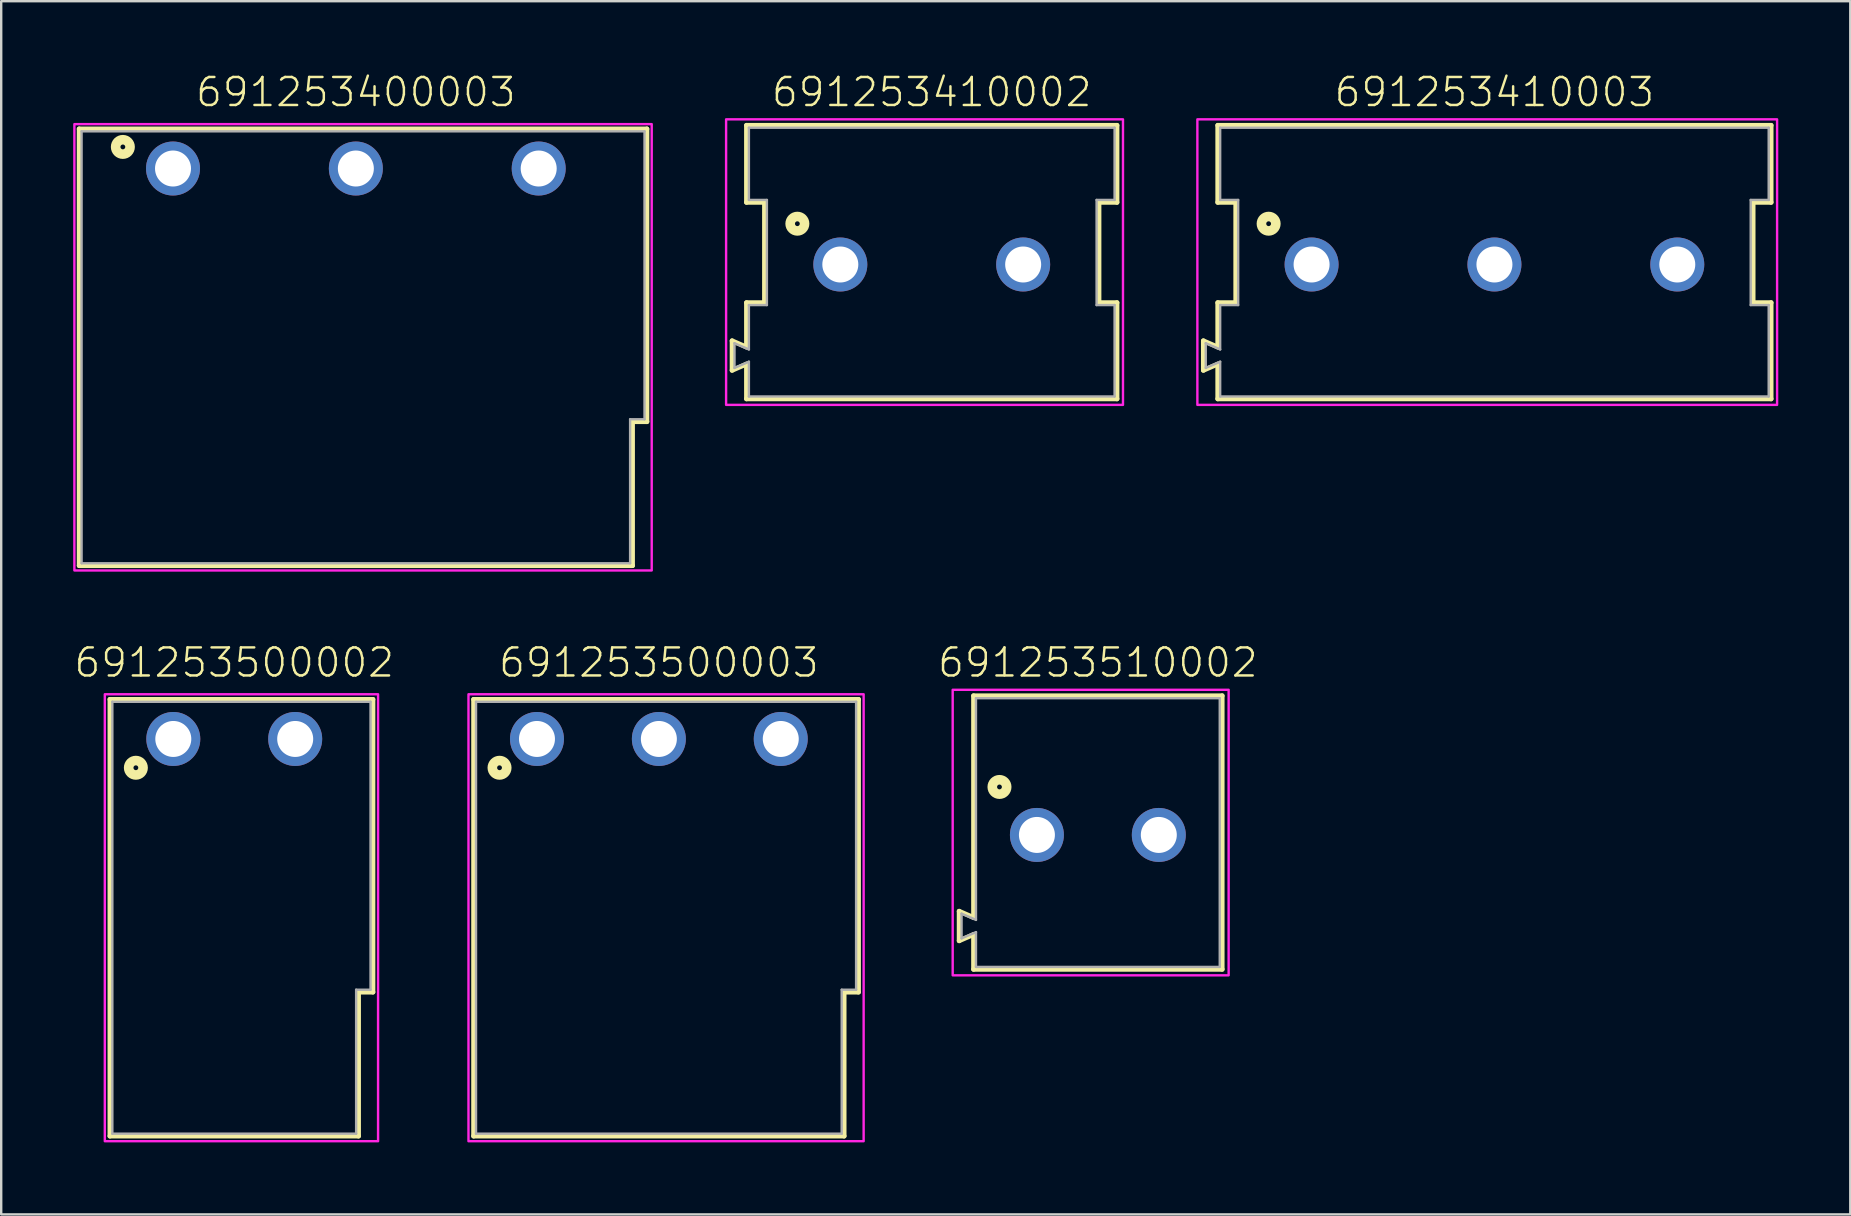
<source format=kicad_pcb>
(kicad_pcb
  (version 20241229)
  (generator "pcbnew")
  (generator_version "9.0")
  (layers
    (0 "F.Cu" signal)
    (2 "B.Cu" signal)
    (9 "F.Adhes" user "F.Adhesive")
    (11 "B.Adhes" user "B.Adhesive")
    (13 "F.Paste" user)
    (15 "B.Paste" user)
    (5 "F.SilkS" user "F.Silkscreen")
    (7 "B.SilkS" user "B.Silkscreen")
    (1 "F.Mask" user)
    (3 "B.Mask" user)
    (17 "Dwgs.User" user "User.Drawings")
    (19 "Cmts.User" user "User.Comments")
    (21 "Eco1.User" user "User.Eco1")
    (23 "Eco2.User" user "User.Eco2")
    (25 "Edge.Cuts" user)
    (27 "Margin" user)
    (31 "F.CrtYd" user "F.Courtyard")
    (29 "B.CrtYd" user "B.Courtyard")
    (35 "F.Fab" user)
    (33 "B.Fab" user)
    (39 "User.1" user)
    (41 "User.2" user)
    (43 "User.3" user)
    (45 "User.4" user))
  (footprint "691253500002"
    (layer "F.Cu")
    (at 6.712 27.746)
    (property "Reference" "691253500002" (at 0 -2.5 0) (unlocked yes) (layer "F.SilkS") (effects (font (size 1.168 1.168) (thickness 0.102)) (justify bottom)))
    (fp_line (start -5.18 -1.65) (end 5.78 -1.65) (stroke (width 0.2) (type solid)) (layer "F.SilkS"))
    (fp_line (start -5.18 16.55) (end -5.18 -1.65) (stroke (width 0.2) (type solid)) (layer "F.SilkS"))
    (fp_line (start 5.18 10.55) (end 5.18 16.55) (stroke (width 0.2) (type solid)) (layer "F.SilkS"))
    (fp_line (start 5.18 16.55) (end -5.18 16.55) (stroke (width 0.2) (type solid)) (layer "F.SilkS"))
    (fp_line (start 5.78 -1.65) (end 5.78 10.55) (stroke (width 0.2) (type solid)) (layer "F.SilkS"))
    (fp_line (start 5.78 10.55) (end 5.18 10.55) (stroke (width 0.2) (type solid)) (layer "F.SilkS"))
    (fp_circle (center -4.1 1.2) (end -4 1.2) (stroke (width 0.4) (type solid)) (fill no) (layer "F.SilkS"))
    (fp_poly (pts (xy 5.994 16.764) (xy -5.394 16.764) (xy -5.394 -1.863) (xy 5.994 -1.863)) (stroke (width 0.1) (type default)) (fill no) (layer "F.CrtYd"))
    (fp_line (start -5.08 16.45) (end -5.08 -1.55) (stroke (width 0.1) (type solid)) (layer "F.Fab"))
    (fp_line (start 5.08 10.45) (end 5.68 10.45) (stroke (width 0.1) (type solid)) (layer "F.Fab"))
    (fp_line (start 5.08 16.45) (end -5.08 16.45) (stroke (width 0.1) (type solid)) (layer "F.Fab"))
    (fp_line (start 5.08 16.45) (end 5.08 10.45) (stroke (width 0.1) (type solid)) (layer "F.Fab"))
    (fp_line (start 5.68 -1.55) (end -5.08 -1.55) (stroke (width 0.1) (type solid)) (layer "F.Fab"))
    (fp_line (start 5.68 10.45) (end 5.68 -1.55) (stroke (width 0.1) (type solid)) (layer "F.Fab"))
    (pad "1" thru_hole circle (at -2.54 0 180) (size 2.25 2.25) (drill 1.5) (layers "*.Cu" "*.Mask"))
    (pad "2" thru_hole circle (at 2.54 0 180) (size 2.25 2.25) (drill 1.5) (layers "*.Cu" "*.Mask")))
  (footprint "691253410002"
    (layer "F.Cu")
    (at 35.78 7.973)
    (property "Reference" "691253410002" (at 0 -6.5 0) (unlocked yes) (layer "F.SilkS") (effects (font (size 1.168 1.168) (thickness 0.102)) (justify bottom)))
    (fp_line (start -8.32 3.18) (end -7.72 3.44) (stroke (width 0.2) (type solid)) (layer "F.SilkS"))
    (fp_line (start -8.32 4.41) (end -8.32 3.18) (stroke (width 0.2) (type solid)) (layer "F.SilkS"))
    (fp_line (start -7.72 -5.8) (end 7.72 -5.8) (stroke (width 0.2) (type solid)) (layer "F.SilkS"))
    (fp_line (start -7.72 -2.59) (end -7.72 -5.8) (stroke (width 0.2) (type solid)) (layer "F.SilkS"))
    (fp_line (start -7.72 1.59) (end -6.97 1.59) (stroke (width 0.2) (type solid)) (layer "F.SilkS"))
    (fp_line (start -7.72 3.44) (end -7.72 1.59) (stroke (width 0.2) (type solid)) (layer "F.SilkS"))
    (fp_line (start -7.72 4.15) (end -8.32 4.41) (stroke (width 0.2) (type solid)) (layer "F.SilkS"))
    (fp_line (start -7.72 5.6) (end -7.72 4.15) (stroke (width 0.2) (type solid)) (layer "F.SilkS"))
    (fp_line (start -6.97 -2.59) (end -7.72 -2.59) (stroke (width 0.2) (type solid)) (layer "F.SilkS"))
    (fp_line (start -6.97 1.59) (end -6.97 -2.59) (stroke (width 0.2) (type solid)) (layer "F.SilkS"))
    (fp_line (start 6.97 -2.59) (end 6.97 1.59) (stroke (width 0.2) (type solid)) (layer "F.SilkS"))
    (fp_line (start 6.97 1.59) (end 7.72 1.59) (stroke (width 0.2) (type solid)) (layer "F.SilkS"))
    (fp_line (start 7.72 -5.8) (end 7.72 -2.59) (stroke (width 0.2) (type solid)) (layer "F.SilkS"))
    (fp_line (start 7.72 -2.59) (end 6.97 -2.59) (stroke (width 0.2) (type solid)) (layer "F.SilkS"))
    (fp_line (start 7.72 1.59) (end 7.72 5.6) (stroke (width 0.2) (type solid)) (layer "F.SilkS"))
    (fp_line (start 7.72 5.6) (end -7.72 5.6) (stroke (width 0.2) (type solid)) (layer "F.SilkS"))
    (fp_circle (center -5.6 -1.7) (end -5.5 -1.7) (stroke (width 0.4) (type solid)) (fill no) (layer "F.SilkS"))
    (fp_poly (pts (xy 7.97 5.85) (xy -8.57 5.85) (xy -8.57 -6.05) (xy 7.97 -6.05)) (stroke (width 0.1) (type default)) (fill no) (layer "F.CrtYd"))
    (fp_line (start -8.22 3.28) (end -8.22 4.31) (stroke (width 0.1) (type solid)) (layer "F.Fab"))
    (fp_line (start -8.22 3.28) (end -7.62 3.54) (stroke (width 0.1) (type solid)) (layer "F.Fab"))
    (fp_line (start -8.22 4.31) (end -7.62 4.05) (stroke (width 0.1) (type solid)) (layer "F.Fab"))
    (fp_line (start -7.62 -5.7) (end -7.62 -2.69) (stroke (width 0.1) (type solid)) (layer "F.Fab"))
    (fp_line (start -7.62 -5.7) (end 7.62 -5.7) (stroke (width 0.1) (type solid)) (layer "F.Fab"))
    (fp_line (start -7.62 1.69) (end -7.62 3.54) (stroke (width 0.1) (type solid)) (layer "F.Fab"))
    (fp_line (start -7.62 1.69) (end -6.87 1.69) (stroke (width 0.1) (type solid)) (layer "F.Fab"))
    (fp_line (start -7.62 4.05) (end -7.62 5.5) (stroke (width 0.1) (type solid)) (layer "F.Fab"))
    (fp_line (start -7.62 5.5) (end 7.62 5.5) (stroke (width 0.1) (type solid)) (layer "F.Fab"))
    (fp_line (start -6.87 -2.69) (end -7.62 -2.69) (stroke (width 0.1) (type solid)) (layer "F.Fab"))
    (fp_line (start -6.87 1.69) (end -6.87 -2.69) (stroke (width 0.1) (type solid)) (layer "F.Fab"))
    (fp_line (start 6.87 -2.69) (end 6.87 1.69) (stroke (width 0.1) (type solid)) (layer "F.Fab"))
    (fp_line (start 6.87 1.69) (end 7.62 1.69) (stroke (width 0.1) (type solid)) (layer "F.Fab"))
    (fp_line (start 7.62 -5.7) (end 7.62 -2.69) (stroke (width 0.1) (type solid)) (layer "F.Fab"))
    (fp_line (start 7.62 -2.69) (end 6.87 -2.69) (stroke (width 0.1) (type solid)) (layer "F.Fab"))
    (fp_line (start 7.62 1.69) (end 7.62 5.5) (stroke (width 0.1) (type solid)) (layer "F.Fab"))
    (pad "1" thru_hole circle (at -3.81 0) (size 2.25 2.25) (drill 1.5) (layers "*.Cu" "*.Mask"))
    (pad "2" thru_hole circle (at 3.81 0) (size 2.25 2.25) (drill 1.5) (layers "*.Cu" "*.Mask")))
  (footprint "691253500003"
    (layer "F.Cu")
    (at 24.408 27.746)
    (property "Reference" "691253500003" (at 0 -2.5 0) (unlocked yes) (layer "F.SilkS") (effects (font (size 1.168 1.168) (thickness 0.102)) (justify bottom)))
    (fp_line (start -7.72 -1.65) (end 8.32 -1.65) (stroke (width 0.2) (type solid)) (layer "F.SilkS"))
    (fp_line (start -7.72 16.55) (end -7.72 -1.65) (stroke (width 0.2) (type solid)) (layer "F.SilkS"))
    (fp_line (start 7.72 10.55) (end 7.72 16.55) (stroke (width 0.2) (type solid)) (layer "F.SilkS"))
    (fp_line (start 7.72 16.55) (end -7.72 16.55) (stroke (width 0.2) (type solid)) (layer "F.SilkS"))
    (fp_line (start 8.32 -1.65) (end 8.32 10.55) (stroke (width 0.2) (type solid)) (layer "F.SilkS"))
    (fp_line (start 8.32 10.55) (end 7.72 10.55) (stroke (width 0.2) (type solid)) (layer "F.SilkS"))
    (fp_circle (center -6.64 1.2) (end -6.54 1.2) (stroke (width 0.4) (type solid)) (fill no) (layer "F.SilkS"))
    (fp_poly (pts (xy 8.534 16.764) (xy -7.934 16.764) (xy -7.934 -1.863) (xy 8.534 -1.863)) (stroke (width 0.1) (type default)) (fill no) (layer "F.CrtYd"))
    (fp_line (start -7.62 16.45) (end -7.62 -1.55) (stroke (width 0.1) (type solid)) (layer "F.Fab"))
    (fp_line (start 7.62 10.45) (end 8.22 10.45) (stroke (width 0.1) (type solid)) (layer "F.Fab"))
    (fp_line (start 7.62 16.45) (end -7.62 16.45) (stroke (width 0.1) (type solid)) (layer "F.Fab"))
    (fp_line (start 7.62 16.45) (end 7.62 10.45) (stroke (width 0.1) (type solid)) (layer "F.Fab"))
    (fp_line (start 8.22 -1.55) (end -7.62 -1.55) (stroke (width 0.1) (type solid)) (layer "F.Fab"))
    (fp_line (start 8.22 10.45) (end 8.22 -1.55) (stroke (width 0.1) (type solid)) (layer "F.Fab"))
    (pad "1" thru_hole circle (at -5.08 0 180) (size 2.25 2.25) (drill 1.5) (layers "*.Cu" "*.Mask"))
    (pad "2" thru_hole circle (at 0 0 180) (size 2.25 2.25) (drill 1.5) (layers "*.Cu" "*.Mask"))
    (pad "3" thru_hole circle (at 5.08 0 180) (size 2.25 2.25) (drill 1.5) (layers "*.Cu" "*.Mask")))
  (footprint "691253410003"
    (layer "F.Cu")
    (at 59.23 7.973)
    (property "Reference" "691253410003" (at 0 -6.5 0) (unlocked yes) (layer "F.SilkS") (effects (font (size 1.168 1.168) (thickness 0.102)) (justify bottom)))
    (fp_line (start -12.13 3.18) (end -11.53 3.44) (stroke (width 0.2) (type solid)) (layer "F.SilkS"))
    (fp_line (start -12.13 4.41) (end -12.13 3.18) (stroke (width 0.2) (type solid)) (layer "F.SilkS"))
    (fp_line (start -11.53 -5.8) (end 11.53 -5.8) (stroke (width 0.2) (type solid)) (layer "F.SilkS"))
    (fp_line (start -11.53 -2.59) (end -11.53 -5.8) (stroke (width 0.2) (type solid)) (layer "F.SilkS"))
    (fp_line (start -11.53 1.59) (end -10.78 1.59) (stroke (width 0.2) (type solid)) (layer "F.SilkS"))
    (fp_line (start -11.53 3.44) (end -11.53 1.59) (stroke (width 0.2) (type solid)) (layer "F.SilkS"))
    (fp_line (start -11.53 4.15) (end -12.13 4.41) (stroke (width 0.2) (type solid)) (layer "F.SilkS"))
    (fp_line (start -11.53 5.6) (end -11.53 4.15) (stroke (width 0.2) (type solid)) (layer "F.SilkS"))
    (fp_line (start -10.78 -2.59) (end -11.53 -2.59) (stroke (width 0.2) (type solid)) (layer "F.SilkS"))
    (fp_line (start -10.78 1.59) (end -10.78 -2.59) (stroke (width 0.2) (type solid)) (layer "F.SilkS"))
    (fp_line (start 10.78 -2.59) (end 10.78 1.59) (stroke (width 0.2) (type solid)) (layer "F.SilkS"))
    (fp_line (start 10.78 1.59) (end 11.53 1.59) (stroke (width 0.2) (type solid)) (layer "F.SilkS"))
    (fp_line (start 11.53 -5.8) (end 11.53 -2.59) (stroke (width 0.2) (type solid)) (layer "F.SilkS"))
    (fp_line (start 11.53 -2.59) (end 10.78 -2.59) (stroke (width 0.2) (type solid)) (layer "F.SilkS"))
    (fp_line (start 11.53 1.59) (end 11.53 5.6) (stroke (width 0.2) (type solid)) (layer "F.SilkS"))
    (fp_line (start 11.53 5.6) (end -11.53 5.6) (stroke (width 0.2) (type solid)) (layer "F.SilkS"))
    (fp_circle (center -9.41 -1.7) (end -9.31 -1.7) (stroke (width 0.4) (type solid)) (fill no) (layer "F.SilkS"))
    (fp_poly (pts (xy 11.78 5.85) (xy -12.38 5.85) (xy -12.38 -6.05) (xy 11.78 -6.05)) (stroke (width 0.1) (type default)) (fill no) (layer "F.CrtYd"))
    (fp_line (start -12.03 3.28) (end -12.03 4.31) (stroke (width 0.1) (type solid)) (layer "F.Fab"))
    (fp_line (start -12.03 3.28) (end -11.43 3.54) (stroke (width 0.1) (type solid)) (layer "F.Fab"))
    (fp_line (start -12.03 4.31) (end -11.43 4.05) (stroke (width 0.1) (type solid)) (layer "F.Fab"))
    (fp_line (start -11.43 -5.7) (end -11.43 -2.69) (stroke (width 0.1) (type solid)) (layer "F.Fab"))
    (fp_line (start -11.43 -5.7) (end 11.43 -5.7) (stroke (width 0.1) (type solid)) (layer "F.Fab"))
    (fp_line (start -11.43 1.69) (end -11.43 3.54) (stroke (width 0.1) (type solid)) (layer "F.Fab"))
    (fp_line (start -11.43 1.69) (end -10.68 1.69) (stroke (width 0.1) (type solid)) (layer "F.Fab"))
    (fp_line (start -11.43 4.05) (end -11.43 5.5) (stroke (width 0.1) (type solid)) (layer "F.Fab"))
    (fp_line (start -11.43 5.5) (end 11.43 5.5) (stroke (width 0.1) (type solid)) (layer "F.Fab"))
    (fp_line (start -10.68 -2.69) (end -11.43 -2.69) (stroke (width 0.1) (type solid)) (layer "F.Fab"))
    (fp_line (start -10.68 1.69) (end -10.68 -2.69) (stroke (width 0.1) (type solid)) (layer "F.Fab"))
    (fp_line (start 10.68 -2.69) (end 10.68 1.69) (stroke (width 0.1) (type solid)) (layer "F.Fab"))
    (fp_line (start 10.68 1.69) (end 11.43 1.69) (stroke (width 0.1) (type solid)) (layer "F.Fab"))
    (fp_line (start 11.43 -5.7) (end 11.43 -2.69) (stroke (width 0.1) (type solid)) (layer "F.Fab"))
    (fp_line (start 11.43 -2.69) (end 10.68 -2.69) (stroke (width 0.1) (type solid)) (layer "F.Fab"))
    (fp_line (start 11.43 1.69) (end 11.43 5.5) (stroke (width 0.1) (type solid)) (layer "F.Fab"))
    (pad "1" thru_hole circle (at -7.62 0) (size 2.25 2.25) (drill 1.5) (layers "*.Cu" "*.Mask"))
    (pad "2" thru_hole circle (at 0 0) (size 2.25 2.25) (drill 1.5) (layers "*.Cu" "*.Mask"))
    (pad "3" thru_hole circle (at 7.62 0) (size 2.25 2.25) (drill 1.5) (layers "*.Cu" "*.Mask")))
  (footprint "691253510002"
    (layer "F.Cu")
    (at 42.703 31.746)
    (property "Reference" "691253510002" (at 0 -6.5 0) (unlocked yes) (layer "F.SilkS") (effects (font (size 1.168 1.168) (thickness 0.102)) (justify bottom)))
    (fp_line (start -5.78 3.18) (end -5.18 3.44) (stroke (width 0.2) (type solid)) (layer "F.SilkS"))
    (fp_line (start -5.78 4.41) (end -5.78 3.18) (stroke (width 0.2) (type solid)) (layer "F.SilkS"))
    (fp_line (start -5.18 -5.8) (end 5.18 -5.8) (stroke (width 0.2) (type solid)) (layer "F.SilkS"))
    (fp_line (start -5.18 3.44) (end -5.18 -5.8) (stroke (width 0.2) (type solid)) (layer "F.SilkS"))
    (fp_line (start -5.18 4.15) (end -5.78 4.41) (stroke (width 0.2) (type solid)) (layer "F.SilkS"))
    (fp_line (start -5.18 5.6) (end -5.18 4.15) (stroke (width 0.2) (type solid)) (layer "F.SilkS"))
    (fp_line (start 5.18 -5.8) (end 5.18 5.6) (stroke (width 0.2) (type solid)) (layer "F.SilkS"))
    (fp_line (start 5.18 5.6) (end -5.18 5.6) (stroke (width 0.2) (type solid)) (layer "F.SilkS"))
    (fp_circle (center -4.1 -2) (end -4 -2) (stroke (width 0.4) (type solid)) (fill no) (layer "F.SilkS"))
    (fp_poly (pts (xy 5.45 5.85) (xy -6.05 5.85) (xy -6.05 -6.05) (xy 5.45 -6.05)) (stroke (width 0.1) (type default)) (fill no) (layer "F.CrtYd"))
    (fp_line (start -5.68 3.28) (end -5.68 4.31) (stroke (width 0.1) (type solid)) (layer "F.Fab"))
    (fp_line (start -5.68 3.28) (end -5.08 3.54) (stroke (width 0.1) (type solid)) (layer "F.Fab"))
    (fp_line (start -5.68 4.31) (end -5.08 4.05) (stroke (width 0.1) (type solid)) (layer "F.Fab"))
    (fp_line (start -5.08 -5.7) (end -5.08 3.54) (stroke (width 0.1) (type solid)) (layer "F.Fab"))
    (fp_line (start -5.08 -5.7) (end 5.08 -5.7) (stroke (width 0.1) (type solid)) (layer "F.Fab"))
    (fp_line (start -5.08 4.05) (end -5.08 5.5) (stroke (width 0.1) (type solid)) (layer "F.Fab"))
    (fp_line (start -5.08 5.5) (end 5.08 5.5) (stroke (width 0.1) (type solid)) (layer "F.Fab"))
    (fp_line (start 5.08 -5.7) (end 5.08 5.5) (stroke (width 0.1) (type solid)) (layer "F.Fab"))
    (pad "1" thru_hole circle (at -2.54 0) (size 2.25 2.25) (drill 1.5) (layers "*.Cu" "*.Mask"))
    (pad "2" thru_hole circle (at 2.54 0) (size 2.25 2.25) (drill 1.5) (layers "*.Cu" "*.Mask")))
  (footprint "691253400003"
    (layer "F.Cu")
    (at 11.78 3.973)
    (property "Reference" "691253400003" (at 0 -2.5 0) (unlocked yes) (layer "F.SilkS") (effects (font (size 1.168 1.168) (thickness 0.102)) (justify bottom)))
    (fp_line (start -11.53 -1.65) (end 12.13 -1.65) (stroke (width 0.2) (type solid)) (layer "F.SilkS"))
    (fp_line (start -11.53 16.55) (end -11.53 -1.65) (stroke (width 0.2) (type solid)) (layer "F.SilkS"))
    (fp_line (start 11.53 10.55) (end 11.53 16.55) (stroke (width 0.2) (type solid)) (layer "F.SilkS"))
    (fp_line (start 11.53 16.55) (end -11.53 16.55) (stroke (width 0.2) (type solid)) (layer "F.SilkS"))
    (fp_line (start 12.13 -1.65) (end 12.13 10.55) (stroke (width 0.2) (type solid)) (layer "F.SilkS"))
    (fp_line (start 12.13 10.55) (end 11.53 10.55) (stroke (width 0.2) (type solid)) (layer "F.SilkS"))
    (fp_circle (center -9.71 -0.9) (end -9.61 -0.9) (stroke (width 0.4) (type solid)) (fill no) (layer "F.SilkS"))
    (fp_poly (pts (xy 12.33 16.75) (xy -11.73 16.75) (xy -11.73 -1.85) (xy 12.33 -1.85)) (stroke (width 0.1) (type default)) (fill no) (layer "F.CrtYd"))
    (fp_line (start -11.43 16.45) (end -11.43 -1.55) (stroke (width 0.1) (type solid)) (layer "F.Fab"))
    (fp_line (start 11.43 10.45) (end 12.03 10.45) (stroke (width 0.1) (type solid)) (layer "F.Fab"))
    (fp_line (start 11.43 16.45) (end -11.43 16.45) (stroke (width 0.1) (type solid)) (layer "F.Fab"))
    (fp_line (start 11.43 16.45) (end 11.43 10.45) (stroke (width 0.1) (type solid)) (layer "F.Fab"))
    (fp_line (start 12.03 -1.55) (end -11.43 -1.55) (stroke (width 0.1) (type solid)) (layer "F.Fab"))
    (fp_line (start 12.03 10.45) (end 12.03 -1.55) (stroke (width 0.1) (type solid)) (layer "F.Fab"))
    (pad "1" thru_hole circle (at 7.62 0 180) (size 2.25 2.25) (drill 1.5) (layers "*.Cu" "*.Mask"))
    (pad "2" thru_hole circle (at 0 0 180) (size 2.25 2.25) (drill 1.5) (layers "*.Cu" "*.Mask"))
    (pad "3" thru_hole circle (at -7.62 0 180) (size 2.25 2.25) (drill 1.5) (layers "*.Cu" "*.Mask")))
  (gr_rect
    (start -3 -3)
    (end 74.06 47.56)
    (stroke (width 0.1) (type default))
    (fill no)
    (layer "Edge.Cuts")))
</source>
